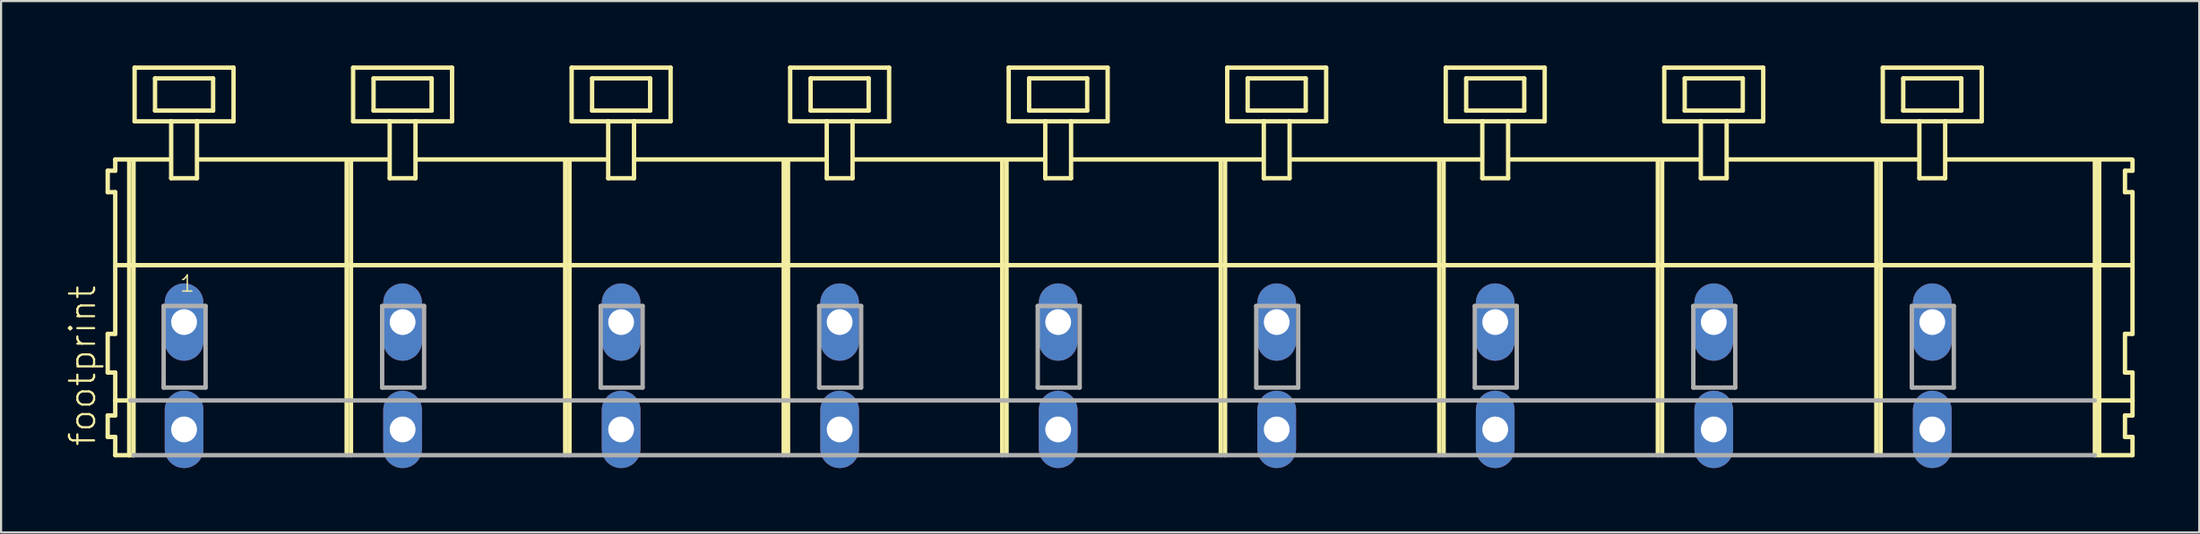
<source format=kicad_pcb>
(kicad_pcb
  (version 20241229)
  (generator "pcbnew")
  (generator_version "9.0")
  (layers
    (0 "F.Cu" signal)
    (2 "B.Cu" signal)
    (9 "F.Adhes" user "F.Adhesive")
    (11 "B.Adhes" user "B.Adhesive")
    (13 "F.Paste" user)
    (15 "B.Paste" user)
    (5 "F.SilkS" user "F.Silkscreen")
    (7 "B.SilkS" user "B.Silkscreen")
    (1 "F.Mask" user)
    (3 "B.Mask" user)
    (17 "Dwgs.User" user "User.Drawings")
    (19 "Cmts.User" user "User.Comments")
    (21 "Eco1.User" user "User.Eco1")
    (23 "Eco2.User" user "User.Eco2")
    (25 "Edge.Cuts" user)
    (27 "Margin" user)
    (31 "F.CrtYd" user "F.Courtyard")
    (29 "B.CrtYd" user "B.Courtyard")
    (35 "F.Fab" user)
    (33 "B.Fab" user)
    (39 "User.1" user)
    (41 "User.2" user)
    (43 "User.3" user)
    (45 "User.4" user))
  (footprint "footprint"
    (layer "F.Cu")
    (at 43.608 11.952)
    (property "Reference" "footprint" (at -42.135 5.855 90) (layer "F.SilkS") (effects (font (size 1.168 1.168) (thickness 0.102)) (justify left bottom)))
    (fp_line (start -41.65 -7.05) (end -41.65 -6.05) (stroke (width 0.203) (type solid)) (layer "F.SilkS"))
    (fp_line (start -41.65 -6.05) (end -41.3 -6.05) (stroke (width 0.203) (type solid)) (layer "F.SilkS"))
    (fp_line (start -41.65 0.55) (end -41.65 2.35) (stroke (width 0.203) (type solid)) (layer "F.SilkS"))
    (fp_line (start -41.65 2.35) (end -41.3 2.35) (stroke (width 0.203) (type solid)) (layer "F.SilkS"))
    (fp_line (start -41.65 4.35) (end -41.65 5.35) (stroke (width 0.203) (type solid)) (layer "F.SilkS"))
    (fp_line (start -41.65 5.35) (end -41.3 5.35) (stroke (width 0.203) (type solid)) (layer "F.SilkS"))
    (fp_line (start -41.3 -7.575) (end -41.3 -7.05) (stroke (width 0.203) (type solid)) (layer "F.SilkS"))
    (fp_line (start -41.3 -7.575) (end -38.725 -7.575) (stroke (width 0.203) (type solid)) (layer "F.SilkS"))
    (fp_line (start -41.3 -7.05) (end -41.65 -7.05) (stroke (width 0.203) (type solid)) (layer "F.SilkS"))
    (fp_line (start -41.3 -6.05) (end -41.3 0.55) (stroke (width 0.203) (type solid)) (layer "F.SilkS"))
    (fp_line (start -41.3 0.55) (end -41.65 0.55) (stroke (width 0.203) (type solid)) (layer "F.SilkS"))
    (fp_line (start -41.3 2.35) (end -41.3 4.35) (stroke (width 0.203) (type solid)) (layer "F.SilkS"))
    (fp_line (start -41.3 3.65) (end -40.6 3.65) (stroke (width 0.203) (type solid)) (layer "F.SilkS"))
    (fp_line (start -41.3 4.35) (end -41.65 4.35) (stroke (width 0.203) (type solid)) (layer "F.SilkS"))
    (fp_line (start -41.3 5.35) (end -41.3 6.2) (stroke (width 0.203) (type solid)) (layer "F.SilkS"))
    (fp_line (start -41.3 6.2) (end -40.65 6.2) (stroke (width 0.203) (type solid)) (layer "F.SilkS"))
    (fp_line (start -41.25 -2.65) (end 52.44 -2.65) (stroke (width 0.203) (type solid)) (layer "F.SilkS"))
    (fp_line (start -40.65 -7.55) (end -40.65 6.2) (stroke (width 0.203) (type solid)) (layer "F.SilkS"))
    (fp_line (start -40.65 6.2) (end -40.45 6.2) (stroke (width 0.203) (type solid)) (layer "F.SilkS"))
    (fp_line (start -40.45 -7.55) (end -40.45 6.2) (stroke (width 0.203) (type solid)) (layer "F.SilkS"))
    (fp_line (start -40.4 -11.85) (end -40.4 -9.35) (stroke (width 0.203) (type solid)) (layer "F.SilkS"))
    (fp_line (start -40.4 -9.35) (end -38.7 -9.35) (stroke (width 0.203) (type solid)) (layer "F.SilkS"))
    (fp_line (start -39.45 -11.35) (end -39.45 -9.85) (stroke (width 0.203) (type solid)) (layer "F.SilkS"))
    (fp_line (start -39.45 -9.85) (end -36.75 -9.85) (stroke (width 0.203) (type solid)) (layer "F.SilkS"))
    (fp_line (start -38.7 -9.35) (end -38.7 -6.7) (stroke (width 0.203) (type solid)) (layer "F.SilkS"))
    (fp_line (start -38.7 -9.35) (end -37.5 -9.35) (stroke (width 0.203) (type solid)) (layer "F.SilkS"))
    (fp_line (start -38.7 -6.7) (end -37.5 -6.7) (stroke (width 0.203) (type solid)) (layer "F.SilkS"))
    (fp_line (start -37.5 -9.35) (end -35.8 -9.35) (stroke (width 0.203) (type solid)) (layer "F.SilkS"))
    (fp_line (start -37.5 -6.7) (end -37.5 -9.35) (stroke (width 0.203) (type solid)) (layer "F.SilkS"))
    (fp_line (start -37.475 -7.575) (end -28.561 -7.575) (stroke (width 0.203) (type solid)) (layer "F.SilkS"))
    (fp_line (start -36.75 -11.35) (end -39.45 -11.35) (stroke (width 0.203) (type solid)) (layer "F.SilkS"))
    (fp_line (start -36.75 -9.85) (end -36.75 -11.35) (stroke (width 0.203) (type solid)) (layer "F.SilkS"))
    (fp_line (start -35.8 -11.85) (end -40.4 -11.85) (stroke (width 0.203) (type solid)) (layer "F.SilkS"))
    (fp_line (start -35.8 -9.35) (end -35.8 -11.85) (stroke (width 0.203) (type solid)) (layer "F.SilkS"))
    (fp_line (start -30.54 -7.55) (end -30.54 6.2) (stroke (width 0.203) (type solid)) (layer "F.SilkS"))
    (fp_line (start -30.34 -7.55) (end -30.34 6.2) (stroke (width 0.203) (type solid)) (layer "F.SilkS"))
    (fp_line (start -30.24 -11.85) (end -30.24 -9.35) (stroke (width 0.203) (type solid)) (layer "F.SilkS"))
    (fp_line (start -30.24 -9.35) (end -28.54 -9.35) (stroke (width 0.203) (type solid)) (layer "F.SilkS"))
    (fp_line (start -29.29 -11.35) (end -29.29 -9.85) (stroke (width 0.203) (type solid)) (layer "F.SilkS"))
    (fp_line (start -29.29 -9.85) (end -26.59 -9.85) (stroke (width 0.203) (type solid)) (layer "F.SilkS"))
    (fp_line (start -28.54 -9.35) (end -28.54 -6.7) (stroke (width 0.203) (type solid)) (layer "F.SilkS"))
    (fp_line (start -28.54 -9.35) (end -27.34 -9.35) (stroke (width 0.203) (type solid)) (layer "F.SilkS"))
    (fp_line (start -28.54 -6.7) (end -27.34 -6.7) (stroke (width 0.203) (type solid)) (layer "F.SilkS"))
    (fp_line (start -27.34 -9.35) (end -25.64 -9.35) (stroke (width 0.203) (type solid)) (layer "F.SilkS"))
    (fp_line (start -27.34 -6.7) (end -27.34 -9.35) (stroke (width 0.203) (type solid)) (layer "F.SilkS"))
    (fp_line (start -27.315 -7.575) (end -18.401 -7.575) (stroke (width 0.203) (type solid)) (layer "F.SilkS"))
    (fp_line (start -26.59 -11.35) (end -29.29 -11.35) (stroke (width 0.203) (type solid)) (layer "F.SilkS"))
    (fp_line (start -26.59 -9.85) (end -26.59 -11.35) (stroke (width 0.203) (type solid)) (layer "F.SilkS"))
    (fp_line (start -25.64 -11.85) (end -30.24 -11.85) (stroke (width 0.203) (type solid)) (layer "F.SilkS"))
    (fp_line (start -25.64 -9.35) (end -25.64 -11.85) (stroke (width 0.203) (type solid)) (layer "F.SilkS"))
    (fp_line (start -20.38 -7.55) (end -20.38 6.2) (stroke (width 0.203) (type solid)) (layer "F.SilkS"))
    (fp_line (start -20.18 -7.55) (end -20.18 6.2) (stroke (width 0.203) (type solid)) (layer "F.SilkS"))
    (fp_line (start -20.08 -11.85) (end -20.08 -9.35) (stroke (width 0.203) (type solid)) (layer "F.SilkS"))
    (fp_line (start -20.08 -9.35) (end -18.38 -9.35) (stroke (width 0.203) (type solid)) (layer "F.SilkS"))
    (fp_line (start -19.13 -11.35) (end -19.13 -9.85) (stroke (width 0.203) (type solid)) (layer "F.SilkS"))
    (fp_line (start -19.13 -9.85) (end -16.43 -9.85) (stroke (width 0.203) (type solid)) (layer "F.SilkS"))
    (fp_line (start -18.38 -9.35) (end -18.38 -6.7) (stroke (width 0.203) (type solid)) (layer "F.SilkS"))
    (fp_line (start -18.38 -9.35) (end -17.18 -9.35) (stroke (width 0.203) (type solid)) (layer "F.SilkS"))
    (fp_line (start -18.38 -6.7) (end -17.18 -6.7) (stroke (width 0.203) (type solid)) (layer "F.SilkS"))
    (fp_line (start -17.18 -9.35) (end -15.48 -9.35) (stroke (width 0.203) (type solid)) (layer "F.SilkS"))
    (fp_line (start -17.18 -6.7) (end -17.18 -9.35) (stroke (width 0.203) (type solid)) (layer "F.SilkS"))
    (fp_line (start -17.155 -7.575) (end -8.241 -7.575) (stroke (width 0.203) (type solid)) (layer "F.SilkS"))
    (fp_line (start -16.43 -11.35) (end -19.13 -11.35) (stroke (width 0.203) (type solid)) (layer "F.SilkS"))
    (fp_line (start -16.43 -9.85) (end -16.43 -11.35) (stroke (width 0.203) (type solid)) (layer "F.SilkS"))
    (fp_line (start -15.48 -11.85) (end -20.08 -11.85) (stroke (width 0.203) (type solid)) (layer "F.SilkS"))
    (fp_line (start -15.48 -9.35) (end -15.48 -11.85) (stroke (width 0.203) (type solid)) (layer "F.SilkS"))
    (fp_line (start -10.22 -7.55) (end -10.22 6.2) (stroke (width 0.203) (type solid)) (layer "F.SilkS"))
    (fp_line (start -10.02 -7.55) (end -10.02 6.2) (stroke (width 0.203) (type solid)) (layer "F.SilkS"))
    (fp_line (start -9.92 -11.85) (end -9.92 -9.35) (stroke (width 0.203) (type solid)) (layer "F.SilkS"))
    (fp_line (start -9.92 -9.35) (end -8.22 -9.35) (stroke (width 0.203) (type solid)) (layer "F.SilkS"))
    (fp_line (start -8.97 -11.35) (end -8.97 -9.85) (stroke (width 0.203) (type solid)) (layer "F.SilkS"))
    (fp_line (start -8.97 -9.85) (end -6.27 -9.85) (stroke (width 0.203) (type solid)) (layer "F.SilkS"))
    (fp_line (start -8.22 -9.35) (end -8.22 -6.7) (stroke (width 0.203) (type solid)) (layer "F.SilkS"))
    (fp_line (start -8.22 -9.35) (end -7.02 -9.35) (stroke (width 0.203) (type solid)) (layer "F.SilkS"))
    (fp_line (start -8.22 -6.7) (end -7.02 -6.7) (stroke (width 0.203) (type solid)) (layer "F.SilkS"))
    (fp_line (start -7.02 -9.35) (end -5.32 -9.35) (stroke (width 0.203) (type solid)) (layer "F.SilkS"))
    (fp_line (start -7.02 -6.7) (end -7.02 -9.35) (stroke (width 0.203) (type solid)) (layer "F.SilkS"))
    (fp_line (start -6.995 -7.575) (end 1.919 -7.575) (stroke (width 0.203) (type solid)) (layer "F.SilkS"))
    (fp_line (start -6.27 -11.35) (end -8.97 -11.35) (stroke (width 0.203) (type solid)) (layer "F.SilkS"))
    (fp_line (start -6.27 -9.85) (end -6.27 -11.35) (stroke (width 0.203) (type solid)) (layer "F.SilkS"))
    (fp_line (start -5.32 -11.85) (end -9.92 -11.85) (stroke (width 0.203) (type solid)) (layer "F.SilkS"))
    (fp_line (start -5.32 -9.35) (end -5.32 -11.85) (stroke (width 0.203) (type solid)) (layer "F.SilkS"))
    (fp_line (start -0.06 -7.55) (end -0.06 6.2) (stroke (width 0.203) (type solid)) (layer "F.SilkS"))
    (fp_line (start 0.14 -7.55) (end 0.14 6.2) (stroke (width 0.203) (type solid)) (layer "F.SilkS"))
    (fp_line (start 0.24 -11.85) (end 0.24 -9.35) (stroke (width 0.203) (type solid)) (layer "F.SilkS"))
    (fp_line (start 0.24 -9.35) (end 1.94 -9.35) (stroke (width 0.203) (type solid)) (layer "F.SilkS"))
    (fp_line (start 1.19 -11.35) (end 1.19 -9.85) (stroke (width 0.203) (type solid)) (layer "F.SilkS"))
    (fp_line (start 1.19 -9.85) (end 3.89 -9.85) (stroke (width 0.203) (type solid)) (layer "F.SilkS"))
    (fp_line (start 1.94 -9.35) (end 1.94 -6.7) (stroke (width 0.203) (type solid)) (layer "F.SilkS"))
    (fp_line (start 1.94 -9.35) (end 3.14 -9.35) (stroke (width 0.203) (type solid)) (layer "F.SilkS"))
    (fp_line (start 1.94 -6.7) (end 3.14 -6.7) (stroke (width 0.203) (type solid)) (layer "F.SilkS"))
    (fp_line (start 3.14 -9.35) (end 4.84 -9.35) (stroke (width 0.203) (type solid)) (layer "F.SilkS"))
    (fp_line (start 3.14 -6.7) (end 3.14 -9.35) (stroke (width 0.203) (type solid)) (layer "F.SilkS"))
    (fp_line (start 3.165 -7.575) (end 12.079 -7.575) (stroke (width 0.203) (type solid)) (layer "F.SilkS"))
    (fp_line (start 3.89 -11.35) (end 1.19 -11.35) (stroke (width 0.203) (type solid)) (layer "F.SilkS"))
    (fp_line (start 3.89 -9.85) (end 3.89 -11.35) (stroke (width 0.203) (type solid)) (layer "F.SilkS"))
    (fp_line (start 4.84 -11.85) (end 0.24 -11.85) (stroke (width 0.203) (type solid)) (layer "F.SilkS"))
    (fp_line (start 4.84 -9.35) (end 4.84 -11.85) (stroke (width 0.203) (type solid)) (layer "F.SilkS"))
    (fp_line (start 10.1 -7.55) (end 10.1 6.2) (stroke (width 0.203) (type solid)) (layer "F.SilkS"))
    (fp_line (start 10.3 -7.55) (end 10.3 6.2) (stroke (width 0.203) (type solid)) (layer "F.SilkS"))
    (fp_line (start 10.4 -11.85) (end 10.4 -9.35) (stroke (width 0.203) (type solid)) (layer "F.SilkS"))
    (fp_line (start 10.4 -9.35) (end 12.1 -9.35) (stroke (width 0.203) (type solid)) (layer "F.SilkS"))
    (fp_line (start 11.35 -11.35) (end 11.35 -9.85) (stroke (width 0.203) (type solid)) (layer "F.SilkS"))
    (fp_line (start 11.35 -9.85) (end 14.05 -9.85) (stroke (width 0.203) (type solid)) (layer "F.SilkS"))
    (fp_line (start 12.1 -9.35) (end 12.1 -6.7) (stroke (width 0.203) (type solid)) (layer "F.SilkS"))
    (fp_line (start 12.1 -9.35) (end 13.3 -9.35) (stroke (width 0.203) (type solid)) (layer "F.SilkS"))
    (fp_line (start 12.1 -6.7) (end 13.3 -6.7) (stroke (width 0.203) (type solid)) (layer "F.SilkS"))
    (fp_line (start 13.3 -9.35) (end 15 -9.35) (stroke (width 0.203) (type solid)) (layer "F.SilkS"))
    (fp_line (start 13.3 -6.7) (end 13.3 -9.35) (stroke (width 0.203) (type solid)) (layer "F.SilkS"))
    (fp_line (start 13.325 -7.575) (end 22.239 -7.575) (stroke (width 0.203) (type solid)) (layer "F.SilkS"))
    (fp_line (start 14.05 -11.35) (end 11.35 -11.35) (stroke (width 0.203) (type solid)) (layer "F.SilkS"))
    (fp_line (start 14.05 -9.85) (end 14.05 -11.35) (stroke (width 0.203) (type solid)) (layer "F.SilkS"))
    (fp_line (start 15 -11.85) (end 10.4 -11.85) (stroke (width 0.203) (type solid)) (layer "F.SilkS"))
    (fp_line (start 15 -9.35) (end 15 -11.85) (stroke (width 0.203) (type solid)) (layer "F.SilkS"))
    (fp_line (start 20.26 -7.55) (end 20.26 6.2) (stroke (width 0.203) (type solid)) (layer "F.SilkS"))
    (fp_line (start 20.46 -7.55) (end 20.46 6.2) (stroke (width 0.203) (type solid)) (layer "F.SilkS"))
    (fp_line (start 20.56 -11.85) (end 20.56 -9.35) (stroke (width 0.203) (type solid)) (layer "F.SilkS"))
    (fp_line (start 20.56 -9.35) (end 22.26 -9.35) (stroke (width 0.203) (type solid)) (layer "F.SilkS"))
    (fp_line (start 21.51 -11.35) (end 21.51 -9.85) (stroke (width 0.203) (type solid)) (layer "F.SilkS"))
    (fp_line (start 21.51 -9.85) (end 24.21 -9.85) (stroke (width 0.203) (type solid)) (layer "F.SilkS"))
    (fp_line (start 22.26 -9.35) (end 22.26 -6.7) (stroke (width 0.203) (type solid)) (layer "F.SilkS"))
    (fp_line (start 22.26 -9.35) (end 23.46 -9.35) (stroke (width 0.203) (type solid)) (layer "F.SilkS"))
    (fp_line (start 22.26 -6.7) (end 23.46 -6.7) (stroke (width 0.203) (type solid)) (layer "F.SilkS"))
    (fp_line (start 23.46 -9.35) (end 25.16 -9.35) (stroke (width 0.203) (type solid)) (layer "F.SilkS"))
    (fp_line (start 23.46 -6.7) (end 23.46 -9.35) (stroke (width 0.203) (type solid)) (layer "F.SilkS"))
    (fp_line (start 23.485 -7.575) (end 32.399 -7.575) (stroke (width 0.203) (type solid)) (layer "F.SilkS"))
    (fp_line (start 24.21 -11.35) (end 21.51 -11.35) (stroke (width 0.203) (type solid)) (layer "F.SilkS"))
    (fp_line (start 24.21 -9.85) (end 24.21 -11.35) (stroke (width 0.203) (type solid)) (layer "F.SilkS"))
    (fp_line (start 25.16 -11.85) (end 20.56 -11.85) (stroke (width 0.203) (type solid)) (layer "F.SilkS"))
    (fp_line (start 25.16 -9.35) (end 25.16 -11.85) (stroke (width 0.203) (type solid)) (layer "F.SilkS"))
    (fp_line (start 30.42 -7.55) (end 30.42 6.2) (stroke (width 0.203) (type solid)) (layer "F.SilkS"))
    (fp_line (start 30.62 -7.55) (end 30.62 6.2) (stroke (width 0.203) (type solid)) (layer "F.SilkS"))
    (fp_line (start 30.72 -11.85) (end 30.72 -9.35) (stroke (width 0.203) (type solid)) (layer "F.SilkS"))
    (fp_line (start 30.72 -9.35) (end 32.42 -9.35) (stroke (width 0.203) (type solid)) (layer "F.SilkS"))
    (fp_line (start 31.67 -11.35) (end 31.67 -9.85) (stroke (width 0.203) (type solid)) (layer "F.SilkS"))
    (fp_line (start 31.67 -9.85) (end 34.37 -9.85) (stroke (width 0.203) (type solid)) (layer "F.SilkS"))
    (fp_line (start 32.42 -9.35) (end 32.42 -6.7) (stroke (width 0.203) (type solid)) (layer "F.SilkS"))
    (fp_line (start 32.42 -9.35) (end 33.62 -9.35) (stroke (width 0.203) (type solid)) (layer "F.SilkS"))
    (fp_line (start 32.42 -6.7) (end 33.62 -6.7) (stroke (width 0.203) (type solid)) (layer "F.SilkS"))
    (fp_line (start 33.62 -9.35) (end 35.32 -9.35) (stroke (width 0.203) (type solid)) (layer "F.SilkS"))
    (fp_line (start 33.62 -6.7) (end 33.62 -9.35) (stroke (width 0.203) (type solid)) (layer "F.SilkS"))
    (fp_line (start 33.645 -7.575) (end 42.559 -7.575) (stroke (width 0.203) (type solid)) (layer "F.SilkS"))
    (fp_line (start 34.37 -11.35) (end 31.67 -11.35) (stroke (width 0.203) (type solid)) (layer "F.SilkS"))
    (fp_line (start 34.37 -9.85) (end 34.37 -11.35) (stroke (width 0.203) (type solid)) (layer "F.SilkS"))
    (fp_line (start 35.32 -11.85) (end 30.72 -11.85) (stroke (width 0.203) (type solid)) (layer "F.SilkS"))
    (fp_line (start 35.32 -9.35) (end 35.32 -11.85) (stroke (width 0.203) (type solid)) (layer "F.SilkS"))
    (fp_line (start 40.58 -7.55) (end 40.58 6.2) (stroke (width 0.203) (type solid)) (layer "F.SilkS"))
    (fp_line (start 40.78 -7.55) (end 40.78 6.2) (stroke (width 0.203) (type solid)) (layer "F.SilkS"))
    (fp_line (start 40.88 -11.85) (end 40.88 -9.35) (stroke (width 0.203) (type solid)) (layer "F.SilkS"))
    (fp_line (start 40.88 -9.35) (end 42.58 -9.35) (stroke (width 0.203) (type solid)) (layer "F.SilkS"))
    (fp_line (start 41.83 -11.35) (end 41.83 -9.85) (stroke (width 0.203) (type solid)) (layer "F.SilkS"))
    (fp_line (start 41.83 -9.85) (end 44.53 -9.85) (stroke (width 0.203) (type solid)) (layer "F.SilkS"))
    (fp_line (start 42.58 -9.35) (end 42.58 -6.7) (stroke (width 0.203) (type solid)) (layer "F.SilkS"))
    (fp_line (start 42.58 -9.35) (end 43.78 -9.35) (stroke (width 0.203) (type solid)) (layer "F.SilkS"))
    (fp_line (start 42.58 -6.7) (end 43.78 -6.7) (stroke (width 0.203) (type solid)) (layer "F.SilkS"))
    (fp_line (start 43.78 -9.35) (end 45.48 -9.35) (stroke (width 0.203) (type solid)) (layer "F.SilkS"))
    (fp_line (start 43.78 -6.7) (end 43.78 -9.35) (stroke (width 0.203) (type solid)) (layer "F.SilkS"))
    (fp_line (start 43.805 -7.575) (end 52.465 -7.575) (stroke (width 0.203) (type solid)) (layer "F.SilkS"))
    (fp_line (start 44.53 -11.35) (end 41.83 -11.35) (stroke (width 0.203) (type solid)) (layer "F.SilkS"))
    (fp_line (start 44.53 -9.85) (end 44.53 -11.35) (stroke (width 0.203) (type solid)) (layer "F.SilkS"))
    (fp_line (start 45.48 -11.85) (end 40.88 -11.85) (stroke (width 0.203) (type solid)) (layer "F.SilkS"))
    (fp_line (start 45.48 -9.35) (end 45.48 -11.85) (stroke (width 0.203) (type solid)) (layer "F.SilkS"))
    (fp_line (start 50.74 -7.55) (end 50.74 6.2) (stroke (width 0.203) (type solid)) (layer "F.SilkS"))
    (fp_line (start 50.74 6.2) (end 52.49 6.2) (stroke (width 0.203) (type solid)) (layer "F.SilkS"))
    (fp_line (start 50.79 3.65) (end 52.49 3.65) (stroke (width 0.203) (type solid)) (layer "F.SilkS"))
    (fp_line (start 50.94 -7.55) (end 50.94 6.2) (stroke (width 0.203) (type solid)) (layer "F.SilkS"))
    (fp_line (start 52.14 -7.05) (end 52.14 -6.05) (stroke (width 0.203) (type solid)) (layer "F.SilkS"))
    (fp_line (start 52.14 -6.05) (end 52.49 -6.05) (stroke (width 0.203) (type solid)) (layer "F.SilkS"))
    (fp_line (start 52.14 0.55) (end 52.14 2.35) (stroke (width 0.203) (type solid)) (layer "F.SilkS"))
    (fp_line (start 52.14 2.35) (end 52.49 2.35) (stroke (width 0.203) (type solid)) (layer "F.SilkS"))
    (fp_line (start 52.14 4.35) (end 52.14 5.35) (stroke (width 0.203) (type solid)) (layer "F.SilkS"))
    (fp_line (start 52.14 5.35) (end 52.49 5.35) (stroke (width 0.203) (type solid)) (layer "F.SilkS"))
    (fp_line (start 52.49 -7.05) (end 52.14 -7.05) (stroke (width 0.203) (type solid)) (layer "F.SilkS"))
    (fp_line (start 52.49 -7.05) (end 52.49 -7.55) (stroke (width 0.203) (type solid)) (layer "F.SilkS"))
    (fp_line (start 52.49 0.55) (end 52.14 0.55) (stroke (width 0.203) (type solid)) (layer "F.SilkS"))
    (fp_line (start 52.49 0.55) (end 52.49 -6.05) (stroke (width 0.203) (type solid)) (layer "F.SilkS"))
    (fp_line (start 52.49 3.65) (end 52.49 2.35) (stroke (width 0.203) (type solid)) (layer "F.SilkS"))
    (fp_line (start 52.49 4.35) (end 52.14 4.35) (stroke (width 0.203) (type solid)) (layer "F.SilkS"))
    (fp_line (start 52.49 4.35) (end 52.49 3.65) (stroke (width 0.203) (type solid)) (layer "F.SilkS"))
    (fp_line (start 52.49 6.2) (end 52.49 5.35) (stroke (width 0.203) (type solid)) (layer "F.SilkS"))
    (fp_line (start -40.6 3.65) (end 50.74 3.65) (stroke (width 0.203) (type solid)) (layer "F.Fab"))
    (fp_line (start -40.45 6.2) (end 50.74 6.2) (stroke (width 0.203) (type solid)) (layer "F.Fab"))
    (fp_line (start -39.05 -0.75) (end -39.05 3.05) (stroke (width 0.203) (type solid)) (layer "F.Fab"))
    (fp_line (start -39.05 3.05) (end -37.1 3.05) (stroke (width 0.203) (type solid)) (layer "F.Fab"))
    (fp_line (start -37.1 -0.75) (end -39.05 -0.75) (stroke (width 0.203) (type solid)) (layer "F.Fab"))
    (fp_line (start -37.1 3.05) (end -37.1 -0.75) (stroke (width 0.203) (type solid)) (layer "F.Fab"))
    (fp_line (start -28.89 -0.75) (end -28.89 3.05) (stroke (width 0.203) (type solid)) (layer "F.Fab"))
    (fp_line (start -28.89 3.05) (end -26.94 3.05) (stroke (width 0.203) (type solid)) (layer "F.Fab"))
    (fp_line (start -26.94 -0.75) (end -28.89 -0.75) (stroke (width 0.203) (type solid)) (layer "F.Fab"))
    (fp_line (start -26.94 3.05) (end -26.94 -0.75) (stroke (width 0.203) (type solid)) (layer "F.Fab"))
    (fp_line (start -18.73 -0.75) (end -18.73 3.05) (stroke (width 0.203) (type solid)) (layer "F.Fab"))
    (fp_line (start -18.73 3.05) (end -16.78 3.05) (stroke (width 0.203) (type solid)) (layer "F.Fab"))
    (fp_line (start -16.78 -0.75) (end -18.73 -0.75) (stroke (width 0.203) (type solid)) (layer "F.Fab"))
    (fp_line (start -16.78 3.05) (end -16.78 -0.75) (stroke (width 0.203) (type solid)) (layer "F.Fab"))
    (fp_line (start -8.57 -0.75) (end -8.57 3.05) (stroke (width 0.203) (type solid)) (layer "F.Fab"))
    (fp_line (start -8.57 3.05) (end -6.62 3.05) (stroke (width 0.203) (type solid)) (layer "F.Fab"))
    (fp_line (start -6.62 -0.75) (end -8.57 -0.75) (stroke (width 0.203) (type solid)) (layer "F.Fab"))
    (fp_line (start -6.62 3.05) (end -6.62 -0.75) (stroke (width 0.203) (type solid)) (layer "F.Fab"))
    (fp_line (start 1.59 -0.75) (end 1.59 3.05) (stroke (width 0.203) (type solid)) (layer "F.Fab"))
    (fp_line (start 1.59 3.05) (end 3.54 3.05) (stroke (width 0.203) (type solid)) (layer "F.Fab"))
    (fp_line (start 3.54 -0.75) (end 1.59 -0.75) (stroke (width 0.203) (type solid)) (layer "F.Fab"))
    (fp_line (start 3.54 3.05) (end 3.54 -0.75) (stroke (width 0.203) (type solid)) (layer "F.Fab"))
    (fp_line (start 11.75 -0.75) (end 11.75 3.05) (stroke (width 0.203) (type solid)) (layer "F.Fab"))
    (fp_line (start 11.75 3.05) (end 13.7 3.05) (stroke (width 0.203) (type solid)) (layer "F.Fab"))
    (fp_line (start 13.7 -0.75) (end 11.75 -0.75) (stroke (width 0.203) (type solid)) (layer "F.Fab"))
    (fp_line (start 13.7 3.05) (end 13.7 -0.75) (stroke (width 0.203) (type solid)) (layer "F.Fab"))
    (fp_line (start 21.91 -0.75) (end 21.91 3.05) (stroke (width 0.203) (type solid)) (layer "F.Fab"))
    (fp_line (start 21.91 3.05) (end 23.86 3.05) (stroke (width 0.203) (type solid)) (layer "F.Fab"))
    (fp_line (start 23.86 -0.75) (end 21.91 -0.75) (stroke (width 0.203) (type solid)) (layer "F.Fab"))
    (fp_line (start 23.86 3.05) (end 23.86 -0.75) (stroke (width 0.203) (type solid)) (layer "F.Fab"))
    (fp_line (start 32.07 -0.75) (end 32.07 3.05) (stroke (width 0.203) (type solid)) (layer "F.Fab"))
    (fp_line (start 32.07 3.05) (end 34.02 3.05) (stroke (width 0.203) (type solid)) (layer "F.Fab"))
    (fp_line (start 34.02 -0.75) (end 32.07 -0.75) (stroke (width 0.203) (type solid)) (layer "F.Fab"))
    (fp_line (start 34.02 3.05) (end 34.02 -0.75) (stroke (width 0.203) (type solid)) (layer "F.Fab"))
    (fp_line (start 42.23 -0.75) (end 42.23 3.05) (stroke (width 0.203) (type solid)) (layer "F.Fab"))
    (fp_line (start 42.23 3.05) (end 44.18 3.05) (stroke (width 0.203) (type solid)) (layer "F.Fab"))
    (fp_line (start 44.18 -0.75) (end 42.23 -0.75) (stroke (width 0.203) (type solid)) (layer "F.Fab"))
    (fp_line (start 44.18 3.05) (end 44.18 -0.75) (stroke (width 0.203) (type solid)) (layer "F.Fab"))
    (fp_text user "1" (at -38.35 -1.35 0) (layer "F.SilkS") (effects (font (size 0.748 0.748) (thickness 0.065)) (justify left bottom)))
    (pad "A1" thru_hole oval (at -38.1 0 90) (size 3.6 1.8) (drill 1.2) (layers "*.Cu" "*.Mask"))
    (pad "A2" thru_hole oval (at -27.94 0 90) (size 3.6 1.8) (drill 1.2) (layers "*.Cu" "*.Mask"))
    (pad "A3" thru_hole oval (at -17.78 0 90) (size 3.6 1.8) (drill 1.2) (layers "*.Cu" "*.Mask"))
    (pad "A4" thru_hole oval (at -7.62 0 90) (size 3.6 1.8) (drill 1.2) (layers "*.Cu" "*.Mask"))
    (pad "A5" thru_hole oval (at 2.54 0 90) (size 3.6 1.8) (drill 1.2) (layers "*.Cu" "*.Mask"))
    (pad "A6" thru_hole oval (at 12.7 0 90) (size 3.6 1.8) (drill 1.2) (layers "*.Cu" "*.Mask"))
    (pad "A7" thru_hole oval (at 22.86 0 90) (size 3.6 1.8) (drill 1.2) (layers "*.Cu" "*.Mask"))
    (pad "A8" thru_hole oval (at 33.02 0 90) (size 3.6 1.8) (drill 1.2) (layers "*.Cu" "*.Mask"))
    (pad "A9" thru_hole oval (at 43.18 0 90) (size 3.6 1.8) (drill 1.2) (layers "*.Cu" "*.Mask"))
    (pad "B1" thru_hole oval (at -38.1 5 90) (size 3.6 1.8) (drill 1.2) (layers "*.Cu" "*.Mask"))
    (pad "B2" thru_hole oval (at -27.94 5 90) (size 3.6 1.8) (drill 1.2) (layers "*.Cu" "*.Mask"))
    (pad "B3" thru_hole oval (at -17.78 5 90) (size 3.6 1.8) (drill 1.2) (layers "*.Cu" "*.Mask"))
    (pad "B4" thru_hole oval (at -7.62 5 90) (size 3.6 1.8) (drill 1.2) (layers "*.Cu" "*.Mask"))
    (pad "B5" thru_hole oval (at 2.54 5 90) (size 3.6 1.8) (drill 1.2) (layers "*.Cu" "*.Mask"))
    (pad "B6" thru_hole oval (at 12.7 5 90) (size 3.6 1.8) (drill 1.2) (layers "*.Cu" "*.Mask"))
    (pad "B7" thru_hole oval (at 22.86 5 90) (size 3.6 1.8) (drill 1.2) (layers "*.Cu" "*.Mask"))
    (pad "B8" thru_hole oval (at 33.02 5 90) (size 3.6 1.8) (drill 1.2) (layers "*.Cu" "*.Mask"))
    (pad "B9" thru_hole oval (at 43.18 5 90) (size 3.6 1.8) (drill 1.2) (layers "*.Cu" "*.Mask")))
  (gr_rect
    (start -3 -3)
    (end 99.2 21.752)
    (stroke (width 0.1) (type default))
    (fill no)
    (layer "Edge.Cuts")))
</source>
